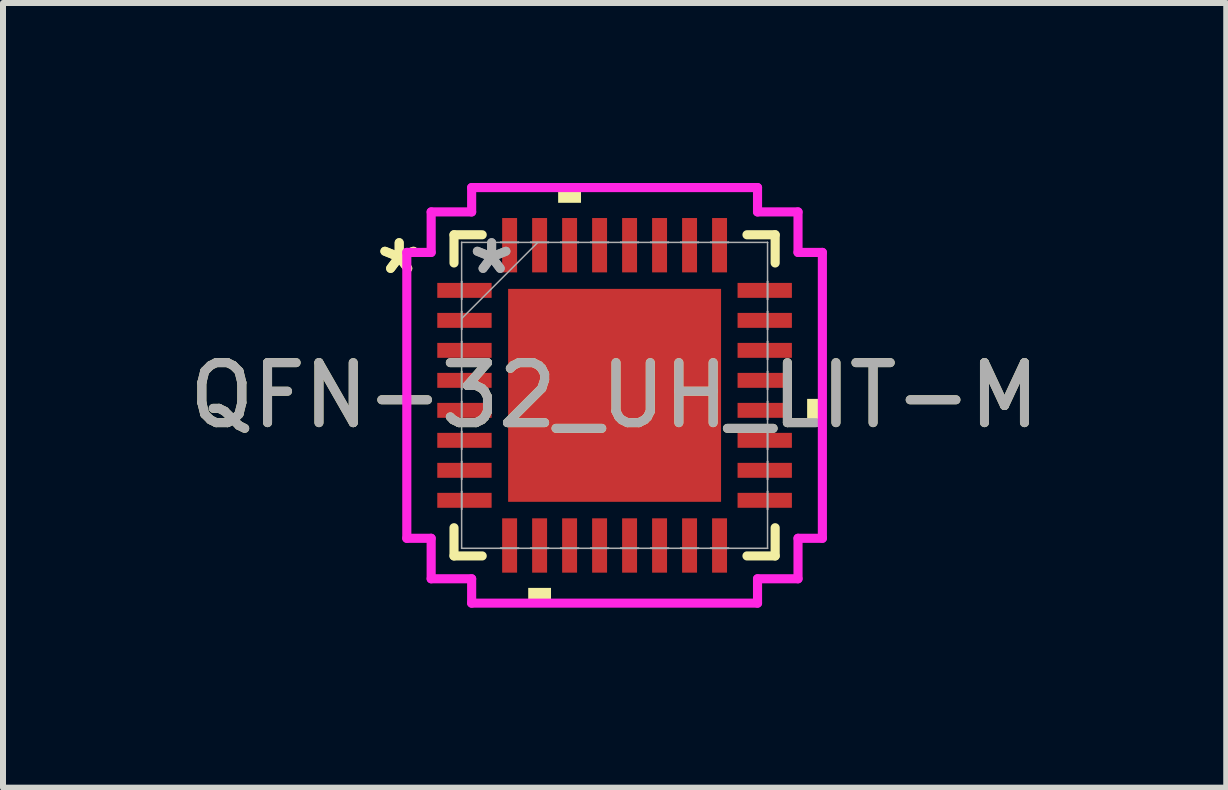
<source format=kicad_pcb>
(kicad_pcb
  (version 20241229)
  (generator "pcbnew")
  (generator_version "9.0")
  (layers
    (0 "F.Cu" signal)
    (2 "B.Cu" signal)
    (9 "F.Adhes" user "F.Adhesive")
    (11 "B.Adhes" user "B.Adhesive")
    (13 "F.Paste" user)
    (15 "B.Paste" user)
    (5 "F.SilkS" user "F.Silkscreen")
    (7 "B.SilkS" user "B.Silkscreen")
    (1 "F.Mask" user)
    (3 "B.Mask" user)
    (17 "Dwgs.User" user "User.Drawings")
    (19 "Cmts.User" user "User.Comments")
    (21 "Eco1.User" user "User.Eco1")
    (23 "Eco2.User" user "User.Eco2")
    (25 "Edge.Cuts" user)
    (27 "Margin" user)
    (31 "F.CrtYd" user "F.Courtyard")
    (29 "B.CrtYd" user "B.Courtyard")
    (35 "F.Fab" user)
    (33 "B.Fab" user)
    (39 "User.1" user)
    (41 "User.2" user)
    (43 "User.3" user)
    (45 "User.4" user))
  (footprint "QFN-32_UH_LIT-M"
    (layer "F.Cu")
    (at 7.196 3.541)
    (property "Reference" "QFN-32_UH_LIT-M" (at 0 0 0) (unlocked yes) (layer "F.SilkS") (effects (font (size 1 1) (thickness 0.15))))
    (attr smd)
    (fp_line (start -2.677 -2.677) (end -2.677 -2.207) (stroke (width 0.152) (type solid)) (layer "F.SilkS"))
    (fp_line (start -2.677 2.207) (end -2.677 2.677) (stroke (width 0.152) (type solid)) (layer "F.SilkS"))
    (fp_line (start -2.677 2.677) (end -2.207 2.677) (stroke (width 0.152) (type solid)) (layer "F.SilkS"))
    (fp_line (start -2.207 -2.677) (end -2.677 -2.677) (stroke (width 0.152) (type solid)) (layer "F.SilkS"))
    (fp_line (start 2.207 2.677) (end 2.677 2.677) (stroke (width 0.152) (type solid)) (layer "F.SilkS"))
    (fp_line (start 2.677 -2.677) (end 2.207 -2.677) (stroke (width 0.152) (type solid)) (layer "F.SilkS"))
    (fp_line (start 2.677 -2.207) (end 2.677 -2.677) (stroke (width 0.152) (type solid)) (layer "F.SilkS"))
    (fp_line (start 2.677 2.677) (end 2.677 2.207) (stroke (width 0.152) (type solid)) (layer "F.SilkS"))
    (fp_poly (pts (xy -1.44 3.21) (xy -1.44 3.464) (xy -1.06 3.464) (xy -1.06 3.21)) (stroke (width 0) (type solid)) (fill yes) (layer "F.SilkS"))
    (fp_poly (pts (xy -0.941 -3.21) (xy -0.941 -3.464) (xy -0.56 -3.464) (xy -0.56 -3.21)) (stroke (width 0) (type solid)) (fill yes) (layer "F.SilkS"))
    (fp_poly (pts (xy 3.464 0.059) (xy 3.464 0.441) (xy 3.21 0.441) (xy 3.21 0.059)) (stroke (width 0) (type solid)) (fill yes) (layer "F.SilkS"))
    (fp_poly (pts (xy -1.675 -1.675) (xy -1.675 -0.1) (xy -0.1 -0.1) (xy -0.1 -1.675)) (stroke (width 0) (type solid)) (fill yes) (layer "F.Paste"))
    (fp_poly (pts (xy -1.675 0.1) (xy -1.675 1.675) (xy -0.1 1.675) (xy -0.1 0.1)) (stroke (width 0) (type solid)) (fill yes) (layer "F.Paste"))
    (fp_poly (pts (xy 0.1 -1.675) (xy 0.1 -0.1) (xy 1.675 -0.1) (xy 1.675 -1.675)) (stroke (width 0) (type solid)) (fill yes) (layer "F.Paste"))
    (fp_poly (pts (xy 0.1 0.1) (xy 0.1 1.675) (xy 1.675 1.675) (xy 1.675 0.1)) (stroke (width 0) (type solid)) (fill yes) (layer "F.Paste"))
    (fp_line (start -3.464 -2.383) (end -3.058 -2.383) (stroke (width 0.152) (type solid)) (layer "F.CrtYd"))
    (fp_line (start -3.464 2.383) (end -3.464 -2.383) (stroke (width 0.152) (type solid)) (layer "F.CrtYd"))
    (fp_line (start -3.058 -3.058) (end -2.383 -3.058) (stroke (width 0.152) (type solid)) (layer "F.CrtYd"))
    (fp_line (start -3.058 -2.383) (end -3.058 -3.058) (stroke (width 0.152) (type solid)) (layer "F.CrtYd"))
    (fp_line (start -3.058 2.383) (end -3.464 2.383) (stroke (width 0.152) (type solid)) (layer "F.CrtYd"))
    (fp_line (start -3.058 3.058) (end -3.058 2.383) (stroke (width 0.152) (type solid)) (layer "F.CrtYd"))
    (fp_line (start -2.383 -3.464) (end 2.383 -3.464) (stroke (width 0.152) (type solid)) (layer "F.CrtYd"))
    (fp_line (start -2.383 -3.058) (end -2.383 -3.464) (stroke (width 0.152) (type solid)) (layer "F.CrtYd"))
    (fp_line (start -2.383 3.058) (end -3.058 3.058) (stroke (width 0.152) (type solid)) (layer "F.CrtYd"))
    (fp_line (start -2.383 3.464) (end -2.383 3.058) (stroke (width 0.152) (type solid)) (layer "F.CrtYd"))
    (fp_line (start 2.383 -3.464) (end 2.383 -3.058) (stroke (width 0.152) (type solid)) (layer "F.CrtYd"))
    (fp_line (start 2.383 -3.058) (end 3.058 -3.058) (stroke (width 0.152) (type solid)) (layer "F.CrtYd"))
    (fp_line (start 2.383 3.058) (end 2.383 3.464) (stroke (width 0.152) (type solid)) (layer "F.CrtYd"))
    (fp_line (start 2.383 3.464) (end -2.383 3.464) (stroke (width 0.152) (type solid)) (layer "F.CrtYd"))
    (fp_line (start 3.058 -3.058) (end 3.058 -2.383) (stroke (width 0.152) (type solid)) (layer "F.CrtYd"))
    (fp_line (start 3.058 -2.383) (end 3.464 -2.383) (stroke (width 0.152) (type solid)) (layer "F.CrtYd"))
    (fp_line (start 3.058 2.383) (end 3.058 3.058) (stroke (width 0.152) (type solid)) (layer "F.CrtYd"))
    (fp_line (start 3.058 3.058) (end 2.383 3.058) (stroke (width 0.152) (type solid)) (layer "F.CrtYd"))
    (fp_line (start 3.464 -2.383) (end 3.464 2.383) (stroke (width 0.152) (type solid)) (layer "F.CrtYd"))
    (fp_line (start 3.464 2.383) (end 3.058 2.383) (stroke (width 0.152) (type solid)) (layer "F.CrtYd"))
    (fp_line (start -2.55 -2.55) (end -2.55 -2.55) (stroke (width 0.025) (type solid)) (layer "F.Fab"))
    (fp_line (start -2.55 -2.55) (end -2.55 2.55) (stroke (width 0.025) (type solid)) (layer "F.Fab"))
    (fp_line (start -2.55 -1.9) (end -2.55 -1.9) (stroke (width 0.025) (type solid)) (layer "F.Fab"))
    (fp_line (start -2.55 -1.9) (end -2.55 -1.6) (stroke (width 0.025) (type solid)) (layer "F.Fab"))
    (fp_line (start -2.55 -1.6) (end -2.55 -1.9) (stroke (width 0.025) (type solid)) (layer "F.Fab"))
    (fp_line (start -2.55 -1.6) (end -2.55 -1.6) (stroke (width 0.025) (type solid)) (layer "F.Fab"))
    (fp_line (start -2.55 -1.4) (end -2.55 -1.4) (stroke (width 0.025) (type solid)) (layer "F.Fab"))
    (fp_line (start -2.55 -1.4) (end -2.55 -1.1) (stroke (width 0.025) (type solid)) (layer "F.Fab"))
    (fp_line (start -2.55 -1.28) (end -1.28 -2.55) (stroke (width 0.025) (type solid)) (layer "F.Fab"))
    (fp_line (start -2.55 -1.1) (end -2.55 -1.4) (stroke (width 0.025) (type solid)) (layer "F.Fab"))
    (fp_line (start -2.55 -1.1) (end -2.55 -1.1) (stroke (width 0.025) (type solid)) (layer "F.Fab"))
    (fp_line (start -2.55 -0.9) (end -2.55 -0.9) (stroke (width 0.025) (type solid)) (layer "F.Fab"))
    (fp_line (start -2.55 -0.9) (end -2.55 -0.6) (stroke (width 0.025) (type solid)) (layer "F.Fab"))
    (fp_line (start -2.55 -0.6) (end -2.55 -0.9) (stroke (width 0.025) (type solid)) (layer "F.Fab"))
    (fp_line (start -2.55 -0.6) (end -2.55 -0.6) (stroke (width 0.025) (type solid)) (layer "F.Fab"))
    (fp_line (start -2.55 -0.4) (end -2.55 -0.4) (stroke (width 0.025) (type solid)) (layer "F.Fab"))
    (fp_line (start -2.55 -0.4) (end -2.55 -0.1) (stroke (width 0.025) (type solid)) (layer "F.Fab"))
    (fp_line (start -2.55 -0.1) (end -2.55 -0.4) (stroke (width 0.025) (type solid)) (layer "F.Fab"))
    (fp_line (start -2.55 -0.1) (end -2.55 -0.1) (stroke (width 0.025) (type solid)) (layer "F.Fab"))
    (fp_line (start -2.55 0.1) (end -2.55 0.1) (stroke (width 0.025) (type solid)) (layer "F.Fab"))
    (fp_line (start -2.55 0.1) (end -2.55 0.4) (stroke (width 0.025) (type solid)) (layer "F.Fab"))
    (fp_line (start -2.55 0.4) (end -2.55 0.1) (stroke (width 0.025) (type solid)) (layer "F.Fab"))
    (fp_line (start -2.55 0.4) (end -2.55 0.4) (stroke (width 0.025) (type solid)) (layer "F.Fab"))
    (fp_line (start -2.55 0.6) (end -2.55 0.6) (stroke (width 0.025) (type solid)) (layer "F.Fab"))
    (fp_line (start -2.55 0.6) (end -2.55 0.9) (stroke (width 0.025) (type solid)) (layer "F.Fab"))
    (fp_line (start -2.55 0.9) (end -2.55 0.6) (stroke (width 0.025) (type solid)) (layer "F.Fab"))
    (fp_line (start -2.55 0.9) (end -2.55 0.9) (stroke (width 0.025) (type solid)) (layer "F.Fab"))
    (fp_line (start -2.55 1.1) (end -2.55 1.1) (stroke (width 0.025) (type solid)) (layer "F.Fab"))
    (fp_line (start -2.55 1.1) (end -2.55 1.4) (stroke (width 0.025) (type solid)) (layer "F.Fab"))
    (fp_line (start -2.55 1.4) (end -2.55 1.1) (stroke (width 0.025) (type solid)) (layer "F.Fab"))
    (fp_line (start -2.55 1.4) (end -2.55 1.4) (stroke (width 0.025) (type solid)) (layer "F.Fab"))
    (fp_line (start -2.55 1.6) (end -2.55 1.6) (stroke (width 0.025) (type solid)) (layer "F.Fab"))
    (fp_line (start -2.55 1.6) (end -2.55 1.9) (stroke (width 0.025) (type solid)) (layer "F.Fab"))
    (fp_line (start -2.55 1.9) (end -2.55 1.6) (stroke (width 0.025) (type solid)) (layer "F.Fab"))
    (fp_line (start -2.55 1.9) (end -2.55 1.9) (stroke (width 0.025) (type solid)) (layer "F.Fab"))
    (fp_line (start -2.55 2.55) (end -2.55 2.55) (stroke (width 0.025) (type solid)) (layer "F.Fab"))
    (fp_line (start -2.55 2.55) (end 2.55 2.55) (stroke (width 0.025) (type solid)) (layer "F.Fab"))
    (fp_line (start -1.9 -2.55) (end -1.9 -2.55) (stroke (width 0.025) (type solid)) (layer "F.Fab"))
    (fp_line (start -1.9 -2.55) (end -1.6 -2.55) (stroke (width 0.025) (type solid)) (layer "F.Fab"))
    (fp_line (start -1.9 2.55) (end -1.9 2.55) (stroke (width 0.025) (type solid)) (layer "F.Fab"))
    (fp_line (start -1.9 2.55) (end -1.6 2.55) (stroke (width 0.025) (type solid)) (layer "F.Fab"))
    (fp_line (start -1.6 -2.55) (end -1.9 -2.55) (stroke (width 0.025) (type solid)) (layer "F.Fab"))
    (fp_line (start -1.6 -2.55) (end -1.6 -2.55) (stroke (width 0.025) (type solid)) (layer "F.Fab"))
    (fp_line (start -1.6 2.55) (end -1.9 2.55) (stroke (width 0.025) (type solid)) (layer "F.Fab"))
    (fp_line (start -1.6 2.55) (end -1.6 2.55) (stroke (width 0.025) (type solid)) (layer "F.Fab"))
    (fp_line (start -1.4 -2.55) (end -1.4 -2.55) (stroke (width 0.025) (type solid)) (layer "F.Fab"))
    (fp_line (start -1.4 -2.55) (end -1.1 -2.55) (stroke (width 0.025) (type solid)) (layer "F.Fab"))
    (fp_line (start -1.4 2.55) (end -1.4 2.55) (stroke (width 0.025) (type solid)) (layer "F.Fab"))
    (fp_line (start -1.4 2.55) (end -1.1 2.55) (stroke (width 0.025) (type solid)) (layer "F.Fab"))
    (fp_line (start -1.1 -2.55) (end -1.4 -2.55) (stroke (width 0.025) (type solid)) (layer "F.Fab"))
    (fp_line (start -1.1 -2.55) (end -1.1 -2.55) (stroke (width 0.025) (type solid)) (layer "F.Fab"))
    (fp_line (start -1.1 2.55) (end -1.4 2.55) (stroke (width 0.025) (type solid)) (layer "F.Fab"))
    (fp_line (start -1.1 2.55) (end -1.1 2.55) (stroke (width 0.025) (type solid)) (layer "F.Fab"))
    (fp_line (start -0.9 -2.55) (end -0.9 -2.55) (stroke (width 0.025) (type solid)) (layer "F.Fab"))
    (fp_line (start -0.9 -2.55) (end -0.6 -2.55) (stroke (width 0.025) (type solid)) (layer "F.Fab"))
    (fp_line (start -0.9 2.55) (end -0.9 2.55) (stroke (width 0.025) (type solid)) (layer "F.Fab"))
    (fp_line (start -0.9 2.55) (end -0.6 2.55) (stroke (width 0.025) (type solid)) (layer "F.Fab"))
    (fp_line (start -0.6 -2.55) (end -0.9 -2.55) (stroke (width 0.025) (type solid)) (layer "F.Fab"))
    (fp_line (start -0.6 -2.55) (end -0.6 -2.55) (stroke (width 0.025) (type solid)) (layer "F.Fab"))
    (fp_line (start -0.6 2.55) (end -0.9 2.55) (stroke (width 0.025) (type solid)) (layer "F.Fab"))
    (fp_line (start -0.6 2.55) (end -0.6 2.55) (stroke (width 0.025) (type solid)) (layer "F.Fab"))
    (fp_line (start -0.4 -2.55) (end -0.4 -2.55) (stroke (width 0.025) (type solid)) (layer "F.Fab"))
    (fp_line (start -0.4 -2.55) (end -0.1 -2.55) (stroke (width 0.025) (type solid)) (layer "F.Fab"))
    (fp_line (start -0.4 2.55) (end -0.4 2.55) (stroke (width 0.025) (type solid)) (layer "F.Fab"))
    (fp_line (start -0.4 2.55) (end -0.1 2.55) (stroke (width 0.025) (type solid)) (layer "F.Fab"))
    (fp_line (start -0.1 -2.55) (end -0.4 -2.55) (stroke (width 0.025) (type solid)) (layer "F.Fab"))
    (fp_line (start -0.1 -2.55) (end -0.1 -2.55) (stroke (width 0.025) (type solid)) (layer "F.Fab"))
    (fp_line (start -0.1 2.55) (end -0.4 2.55) (stroke (width 0.025) (type solid)) (layer "F.Fab"))
    (fp_line (start -0.1 2.55) (end -0.1 2.55) (stroke (width 0.025) (type solid)) (layer "F.Fab"))
    (fp_line (start 0.1 -2.55) (end 0.1 -2.55) (stroke (width 0.025) (type solid)) (layer "F.Fab"))
    (fp_line (start 0.1 -2.55) (end 0.4 -2.55) (stroke (width 0.025) (type solid)) (layer "F.Fab"))
    (fp_line (start 0.1 2.55) (end 0.1 2.55) (stroke (width 0.025) (type solid)) (layer "F.Fab"))
    (fp_line (start 0.1 2.55) (end 0.4 2.55) (stroke (width 0.025) (type solid)) (layer "F.Fab"))
    (fp_line (start 0.4 -2.55) (end 0.1 -2.55) (stroke (width 0.025) (type solid)) (layer "F.Fab"))
    (fp_line (start 0.4 -2.55) (end 0.4 -2.55) (stroke (width 0.025) (type solid)) (layer "F.Fab"))
    (fp_line (start 0.4 2.55) (end 0.1 2.55) (stroke (width 0.025) (type solid)) (layer "F.Fab"))
    (fp_line (start 0.4 2.55) (end 0.4 2.55) (stroke (width 0.025) (type solid)) (layer "F.Fab"))
    (fp_line (start 0.6 -2.55) (end 0.6 -2.55) (stroke (width 0.025) (type solid)) (layer "F.Fab"))
    (fp_line (start 0.6 -2.55) (end 0.9 -2.55) (stroke (width 0.025) (type solid)) (layer "F.Fab"))
    (fp_line (start 0.6 2.55) (end 0.6 2.55) (stroke (width 0.025) (type solid)) (layer "F.Fab"))
    (fp_line (start 0.6 2.55) (end 0.9 2.55) (stroke (width 0.025) (type solid)) (layer "F.Fab"))
    (fp_line (start 0.9 -2.55) (end 0.6 -2.55) (stroke (width 0.025) (type solid)) (layer "F.Fab"))
    (fp_line (start 0.9 -2.55) (end 0.9 -2.55) (stroke (width 0.025) (type solid)) (layer "F.Fab"))
    (fp_line (start 0.9 2.55) (end 0.6 2.55) (stroke (width 0.025) (type solid)) (layer "F.Fab"))
    (fp_line (start 0.9 2.55) (end 0.9 2.55) (stroke (width 0.025) (type solid)) (layer "F.Fab"))
    (fp_line (start 1.1 -2.55) (end 1.1 -2.55) (stroke (width 0.025) (type solid)) (layer "F.Fab"))
    (fp_line (start 1.1 -2.55) (end 1.4 -2.55) (stroke (width 0.025) (type solid)) (layer "F.Fab"))
    (fp_line (start 1.1 2.55) (end 1.1 2.55) (stroke (width 0.025) (type solid)) (layer "F.Fab"))
    (fp_line (start 1.1 2.55) (end 1.4 2.55) (stroke (width 0.025) (type solid)) (layer "F.Fab"))
    (fp_line (start 1.4 -2.55) (end 1.1 -2.55) (stroke (width 0.025) (type solid)) (layer "F.Fab"))
    (fp_line (start 1.4 -2.55) (end 1.4 -2.55) (stroke (width 0.025) (type solid)) (layer "F.Fab"))
    (fp_line (start 1.4 2.55) (end 1.1 2.55) (stroke (width 0.025) (type solid)) (layer "F.Fab"))
    (fp_line (start 1.4 2.55) (end 1.4 2.55) (stroke (width 0.025) (type solid)) (layer "F.Fab"))
    (fp_line (start 1.6 -2.55) (end 1.6 -2.55) (stroke (width 0.025) (type solid)) (layer "F.Fab"))
    (fp_line (start 1.6 -2.55) (end 1.9 -2.55) (stroke (width 0.025) (type solid)) (layer "F.Fab"))
    (fp_line (start 1.6 2.55) (end 1.6 2.55) (stroke (width 0.025) (type solid)) (layer "F.Fab"))
    (fp_line (start 1.6 2.55) (end 1.9 2.55) (stroke (width 0.025) (type solid)) (layer "F.Fab"))
    (fp_line (start 1.9 -2.55) (end 1.6 -2.55) (stroke (width 0.025) (type solid)) (layer "F.Fab"))
    (fp_line (start 1.9 -2.55) (end 1.9 -2.55) (stroke (width 0.025) (type solid)) (layer "F.Fab"))
    (fp_line (start 1.9 2.55) (end 1.6 2.55) (stroke (width 0.025) (type solid)) (layer "F.Fab"))
    (fp_line (start 1.9 2.55) (end 1.9 2.55) (stroke (width 0.025) (type solid)) (layer "F.Fab"))
    (fp_line (start 2.55 -2.55) (end -2.55 -2.55) (stroke (width 0.025) (type solid)) (layer "F.Fab"))
    (fp_line (start 2.55 -2.55) (end 2.55 -2.55) (stroke (width 0.025) (type solid)) (layer "F.Fab"))
    (fp_line (start 2.55 -1.9) (end 2.55 -1.9) (stroke (width 0.025) (type solid)) (layer "F.Fab"))
    (fp_line (start 2.55 -1.9) (end 2.55 -1.6) (stroke (width 0.025) (type solid)) (layer "F.Fab"))
    (fp_line (start 2.55 -1.6) (end 2.55 -1.9) (stroke (width 0.025) (type solid)) (layer "F.Fab"))
    (fp_line (start 2.55 -1.6) (end 2.55 -1.6) (stroke (width 0.025) (type solid)) (layer "F.Fab"))
    (fp_line (start 2.55 -1.4) (end 2.55 -1.4) (stroke (width 0.025) (type solid)) (layer "F.Fab"))
    (fp_line (start 2.55 -1.4) (end 2.55 -1.1) (stroke (width 0.025) (type solid)) (layer "F.Fab"))
    (fp_line (start 2.55 -1.1) (end 2.55 -1.4) (stroke (width 0.025) (type solid)) (layer "F.Fab"))
    (fp_line (start 2.55 -1.1) (end 2.55 -1.1) (stroke (width 0.025) (type solid)) (layer "F.Fab"))
    (fp_line (start 2.55 -0.9) (end 2.55 -0.9) (stroke (width 0.025) (type solid)) (layer "F.Fab"))
    (fp_line (start 2.55 -0.9) (end 2.55 -0.6) (stroke (width 0.025) (type solid)) (layer "F.Fab"))
    (fp_line (start 2.55 -0.6) (end 2.55 -0.9) (stroke (width 0.025) (type solid)) (layer "F.Fab"))
    (fp_line (start 2.55 -0.6) (end 2.55 -0.6) (stroke (width 0.025) (type solid)) (layer "F.Fab"))
    (fp_line (start 2.55 -0.4) (end 2.55 -0.4) (stroke (width 0.025) (type solid)) (layer "F.Fab"))
    (fp_line (start 2.55 -0.4) (end 2.55 -0.1) (stroke (width 0.025) (type solid)) (layer "F.Fab"))
    (fp_line (start 2.55 -0.1) (end 2.55 -0.4) (stroke (width 0.025) (type solid)) (layer "F.Fab"))
    (fp_line (start 2.55 -0.1) (end 2.55 -0.1) (stroke (width 0.025) (type solid)) (layer "F.Fab"))
    (fp_line (start 2.55 0.1) (end 2.55 0.1) (stroke (width 0.025) (type solid)) (layer "F.Fab"))
    (fp_line (start 2.55 0.1) (end 2.55 0.4) (stroke (width 0.025) (type solid)) (layer "F.Fab"))
    (fp_line (start 2.55 0.4) (end 2.55 0.1) (stroke (width 0.025) (type solid)) (layer "F.Fab"))
    (fp_line (start 2.55 0.4) (end 2.55 0.4) (stroke (width 0.025) (type solid)) (layer "F.Fab"))
    (fp_line (start 2.55 0.6) (end 2.55 0.6) (stroke (width 0.025) (type solid)) (layer "F.Fab"))
    (fp_line (start 2.55 0.6) (end 2.55 0.9) (stroke (width 0.025) (type solid)) (layer "F.Fab"))
    (fp_line (start 2.55 0.9) (end 2.55 0.6) (stroke (width 0.025) (type solid)) (layer "F.Fab"))
    (fp_line (start 2.55 0.9) (end 2.55 0.9) (stroke (width 0.025) (type solid)) (layer "F.Fab"))
    (fp_line (start 2.55 1.1) (end 2.55 1.1) (stroke (width 0.025) (type solid)) (layer "F.Fab"))
    (fp_line (start 2.55 1.1) (end 2.55 1.4) (stroke (width 0.025) (type solid)) (layer "F.Fab"))
    (fp_line (start 2.55 1.4) (end 2.55 1.1) (stroke (width 0.025) (type solid)) (layer "F.Fab"))
    (fp_line (start 2.55 1.4) (end 2.55 1.4) (stroke (width 0.025) (type solid)) (layer "F.Fab"))
    (fp_line (start 2.55 1.6) (end 2.55 1.6) (stroke (width 0.025) (type solid)) (layer "F.Fab"))
    (fp_line (start 2.55 1.6) (end 2.55 1.9) (stroke (width 0.025) (type solid)) (layer "F.Fab"))
    (fp_line (start 2.55 1.9) (end 2.55 1.6) (stroke (width 0.025) (type solid)) (layer "F.Fab"))
    (fp_line (start 2.55 1.9) (end 2.55 1.9) (stroke (width 0.025) (type solid)) (layer "F.Fab"))
    (fp_line (start 2.55 2.55) (end 2.55 -2.55) (stroke (width 0.025) (type solid)) (layer "F.Fab"))
    (fp_line (start 2.55 2.55) (end 2.55 2.55) (stroke (width 0.025) (type solid)) (layer "F.Fab"))
    (fp_text user "*" (at -3.591 -2 0) (layer "F.SilkS") (effects (font (size 1 1) (thickness 0.15))))
    (fp_text user "*" (at -3.591 -2 0) (unlocked yes) (layer "F.SilkS") (effects (font (size 1 1) (thickness 0.15))))
    (fp_text user "*" (at -2.05 -2 0) (layer "F.Fab") (effects (font (size 1 1) (thickness 0.15))))
    (fp_text user "${REFERENCE}" (at 0 0 0) (unlocked yes) (layer "F.Fab") (effects (font (size 1 1) (thickness 0.15))))
    (fp_text user "*" (at -2.05 -2 0) (unlocked yes) (layer "F.Fab") (effects (font (size 1 1) (thickness 0.15))))
    (pad "1" smd rect (at -2.503 -1.75 90) (size 0.249 0.906) (layers "F.Cu" "F.Mask" "F.Paste"))
    (pad "2" smd rect (at -2.503 -1.25 90) (size 0.249 0.906) (layers "F.Cu" "F.Mask" "F.Paste"))
    (pad "3" smd rect (at -2.503 -0.75 90) (size 0.249 0.906) (layers "F.Cu" "F.Mask" "F.Paste"))
    (pad "4" smd rect (at -2.503 -0.25 90) (size 0.249 0.906) (layers "F.Cu" "F.Mask" "F.Paste"))
    (pad "5" smd rect (at -2.503 0.25 90) (size 0.249 0.906) (layers "F.Cu" "F.Mask" "F.Paste"))
    (pad "6" smd rect (at -2.503 0.75 90) (size 0.249 0.906) (layers "F.Cu" "F.Mask" "F.Paste"))
    (pad "7" smd rect (at -2.503 1.25 90) (size 0.249 0.906) (layers "F.Cu" "F.Mask" "F.Paste"))
    (pad "8" smd rect (at -2.503 1.75 90) (size 0.249 0.906) (layers "F.Cu" "F.Mask" "F.Paste"))
    (pad "9" smd rect (at -1.75 2.503) (size 0.249 0.906) (layers "F.Cu" "F.Mask" "F.Paste"))
    (pad "10" smd rect (at -1.25 2.503) (size 0.249 0.906) (layers "F.Cu" "F.Mask" "F.Paste"))
    (pad "11" smd rect (at -0.75 2.503) (size 0.249 0.906) (layers "F.Cu" "F.Mask" "F.Paste"))
    (pad "12" smd rect (at -0.25 2.503) (size 0.249 0.906) (layers "F.Cu" "F.Mask" "F.Paste"))
    (pad "13" smd rect (at 0.25 2.503) (size 0.249 0.906) (layers "F.Cu" "F.Mask" "F.Paste"))
    (pad "14" smd rect (at 0.75 2.503) (size 0.249 0.906) (layers "F.Cu" "F.Mask" "F.Paste"))
    (pad "15" smd rect (at 1.25 2.503) (size 0.249 0.906) (layers "F.Cu" "F.Mask" "F.Paste"))
    (pad "16" smd rect (at 1.75 2.503) (size 0.249 0.906) (layers "F.Cu" "F.Mask" "F.Paste"))
    (pad "17" smd rect (at 2.503 1.75 90) (size 0.249 0.906) (layers "F.Cu" "F.Mask" "F.Paste"))
    (pad "18" smd rect (at 2.503 1.25 90) (size 0.249 0.906) (layers "F.Cu" "F.Mask" "F.Paste"))
    (pad "19" smd rect (at 2.503 0.75 90) (size 0.249 0.906) (layers "F.Cu" "F.Mask" "F.Paste"))
    (pad "20" smd rect (at 2.503 0.25 90) (size 0.249 0.906) (layers "F.Cu" "F.Mask" "F.Paste"))
    (pad "21" smd rect (at 2.503 -0.25 90) (size 0.249 0.906) (layers "F.Cu" "F.Mask" "F.Paste"))
    (pad "22" smd rect (at 2.503 -0.75 90) (size 0.249 0.906) (layers "F.Cu" "F.Mask" "F.Paste"))
    (pad "23" smd rect (at 2.503 -1.25 90) (size 0.249 0.906) (layers "F.Cu" "F.Mask" "F.Paste"))
    (pad "24" smd rect (at 2.503 -1.75 90) (size 0.249 0.906) (layers "F.Cu" "F.Mask" "F.Paste"))
    (pad "25" smd rect (at 1.75 -2.503) (size 0.249 0.906) (layers "F.Cu" "F.Mask" "F.Paste"))
    (pad "26" smd rect (at 1.25 -2.503) (size 0.249 0.906) (layers "F.Cu" "F.Mask" "F.Paste"))
    (pad "27" smd rect (at 0.75 -2.503) (size 0.249 0.906) (layers "F.Cu" "F.Mask" "F.Paste"))
    (pad "28" smd rect (at 0.25 -2.503) (size 0.249 0.906) (layers "F.Cu" "F.Mask" "F.Paste"))
    (pad "29" smd rect (at -0.25 -2.503) (size 0.249 0.906) (layers "F.Cu" "F.Mask" "F.Paste"))
    (pad "30" smd rect (at -0.75 -2.503) (size 0.249 0.906) (layers "F.Cu" "F.Mask" "F.Paste"))
    (pad "31" smd rect (at -1.25 -2.503) (size 0.249 0.906) (layers "F.Cu" "F.Mask" "F.Paste"))
    (pad "32" smd rect (at -1.75 -2.503) (size 0.249 0.906) (layers "F.Cu" "F.Mask" "F.Paste"))
    (pad "33" smd rect (at 0 0) (size 3.55 3.55) (layers "F.Cu" "F.Mask" "F.Paste")))
  (gr_rect
    (start -3 -3)
    (end 17.393 10.081)
    (stroke (width 0.1) (type default))
    (fill no)
    (layer "Edge.Cuts")))
</source>
